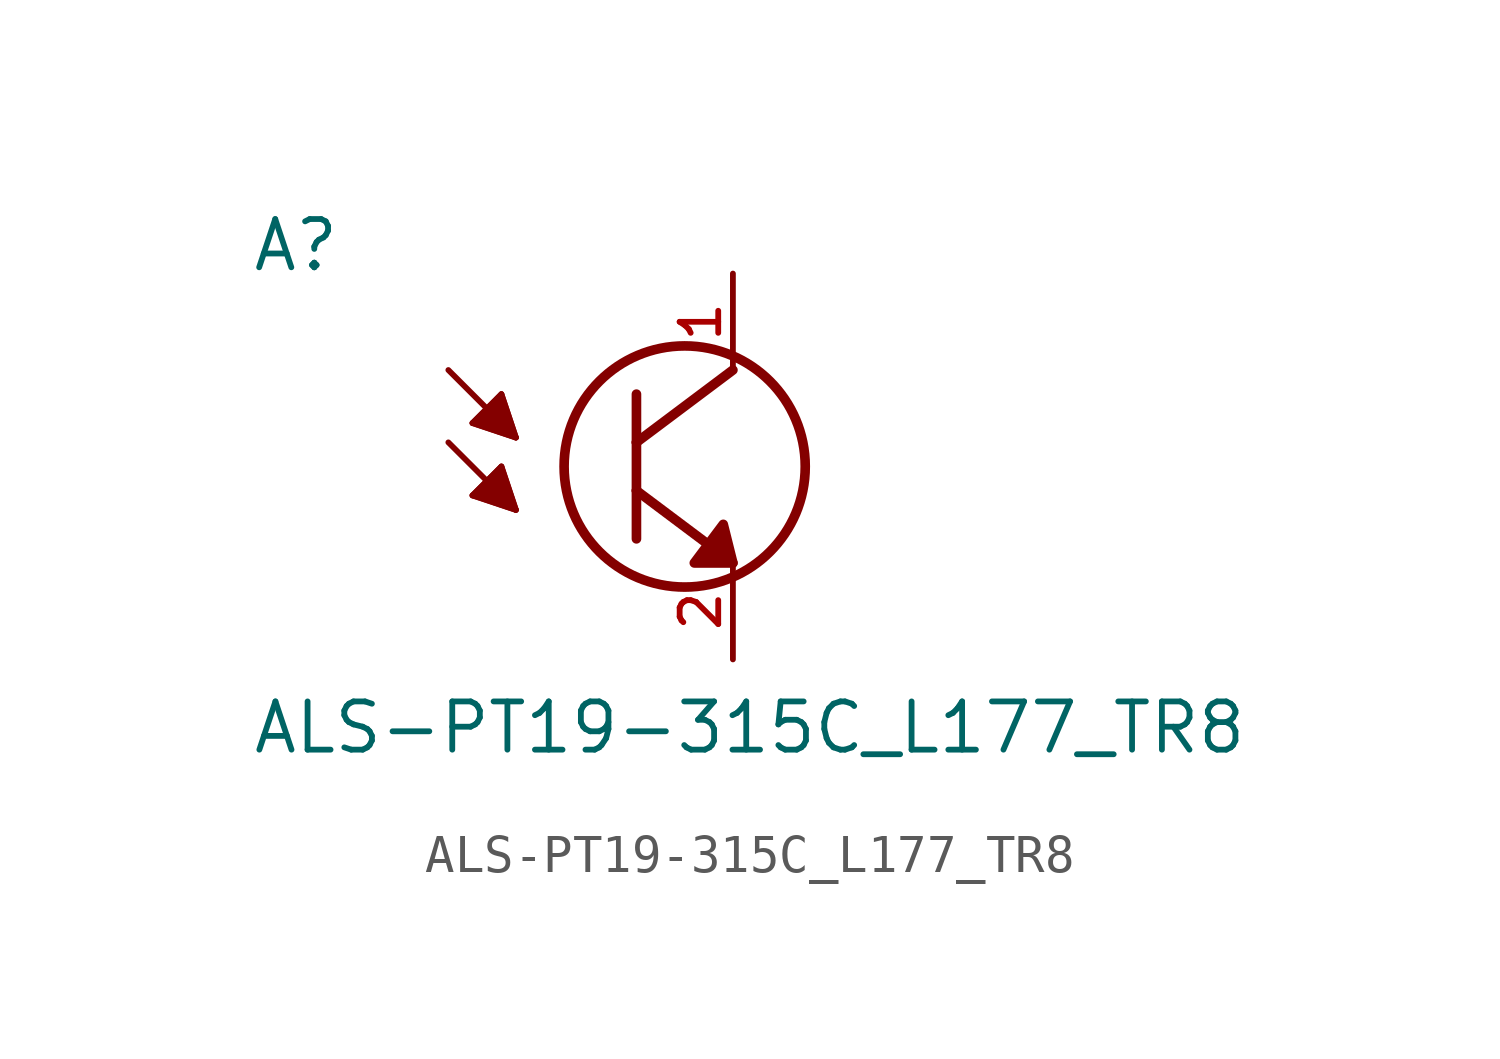
<source format=kicad_sym>
(kicad_symbol_lib
  (version 20211014)
  (generator kicad_symbol_editor)
  (symbol "ALS-PT19-315C_L177_TR8"
    (pin_names
      (offset 1.016))
    (property "Reference" "A"
      (at -10.156 5.082 0)
      (effects (font (size 1.27 1.27)) (justify bottom left)))
    (property "Value" "ALS-PT19-315C_L177_TR8"
      (at -10.151 -7.62 0)
      (effects (font (size 1.27 1.27)) (justify bottom left)))
    (symbol "ALS-PT19-315C_L177_TR8_0_0"
      (polyline (pts (xy -4.953 2.54) (xy -3.175 0.762)) (stroke (width 0.152)))
      (polyline (pts (xy -3.175 0.762) (xy -4.318 1.143)) (stroke (width 0.152)))
      (polyline (pts (xy -4.318 1.143) (xy -3.556 1.905)) (stroke (width 0.152)))
      (polyline (pts (xy -3.556 1.905) (xy -3.175 0.762)) (stroke (width 0.152)))
      (polyline (pts (xy 2.286 -2.286) (xy 2.54 -2.54)) (stroke (width 0.152)))
      (polyline (pts (xy -4.318 1.143) (xy -3.175 0.762) (xy -3.556 1.905) (xy -4.318 1.143)) (stroke (width 0.152)) (fill (type outline)))
      (circle (center 1.27 0.0) (radius 3.175) (stroke (width 0.254)) (fill (type none)))
      (polyline (pts (xy 0.0 1.905) (xy 0.0 0.635)) (stroke (width 0.254)))
      (polyline (pts (xy 0.0 0.635) (xy 0.0 -0.635)) (stroke (width 0.254)))
      (polyline (pts (xy 0.0 -0.635) (xy 0.0 -1.905)) (stroke (width 0.254)))
      (polyline (pts (xy 0.0 -0.635) (xy 2.54 -2.54)) (stroke (width 0.254)))
      (polyline (pts (xy 0.0 0.635) (xy 2.54 2.54)) (stroke (width 0.254)))
      (polyline (pts (xy 2.54 -2.54) (xy 2.286 -1.524) (xy 1.524 -2.54) (xy 2.54 -2.54)) (stroke (width 0.254)) (fill (type outline)))
      (polyline (pts (xy -4.953 0.635) (xy -3.175 -1.143)) (stroke (width 0.152)))
      (polyline (pts (xy -3.175 -1.143) (xy -4.318 -0.762)) (stroke (width 0.152)))
      (polyline (pts (xy -4.318 -0.762) (xy -3.556 0.0)) (stroke (width 0.152)))
      (polyline (pts (xy -3.556 0.0) (xy -3.175 -1.143)) (stroke (width 0.152)))
      (polyline (pts (xy -4.318 -0.762) (xy -3.175 -1.143) (xy -3.556 0.0) (xy -4.318 -0.762)) (stroke (width 0.152)) (fill (type outline)))
      (pin passive line (at 2.54 -5.08 90.0) (length 2.54) (name "~" (effects (font (size 1.016 1.016)))) (number "2" (effects (font (size 1.016 1.016)))))
      (pin passive line (at 2.54 5.08 270.0) (length 2.54) (name "~" (effects (font (size 1.016 1.016)))) (number "1" (effects (font (size 1.016 1.016))))))))
</source>
